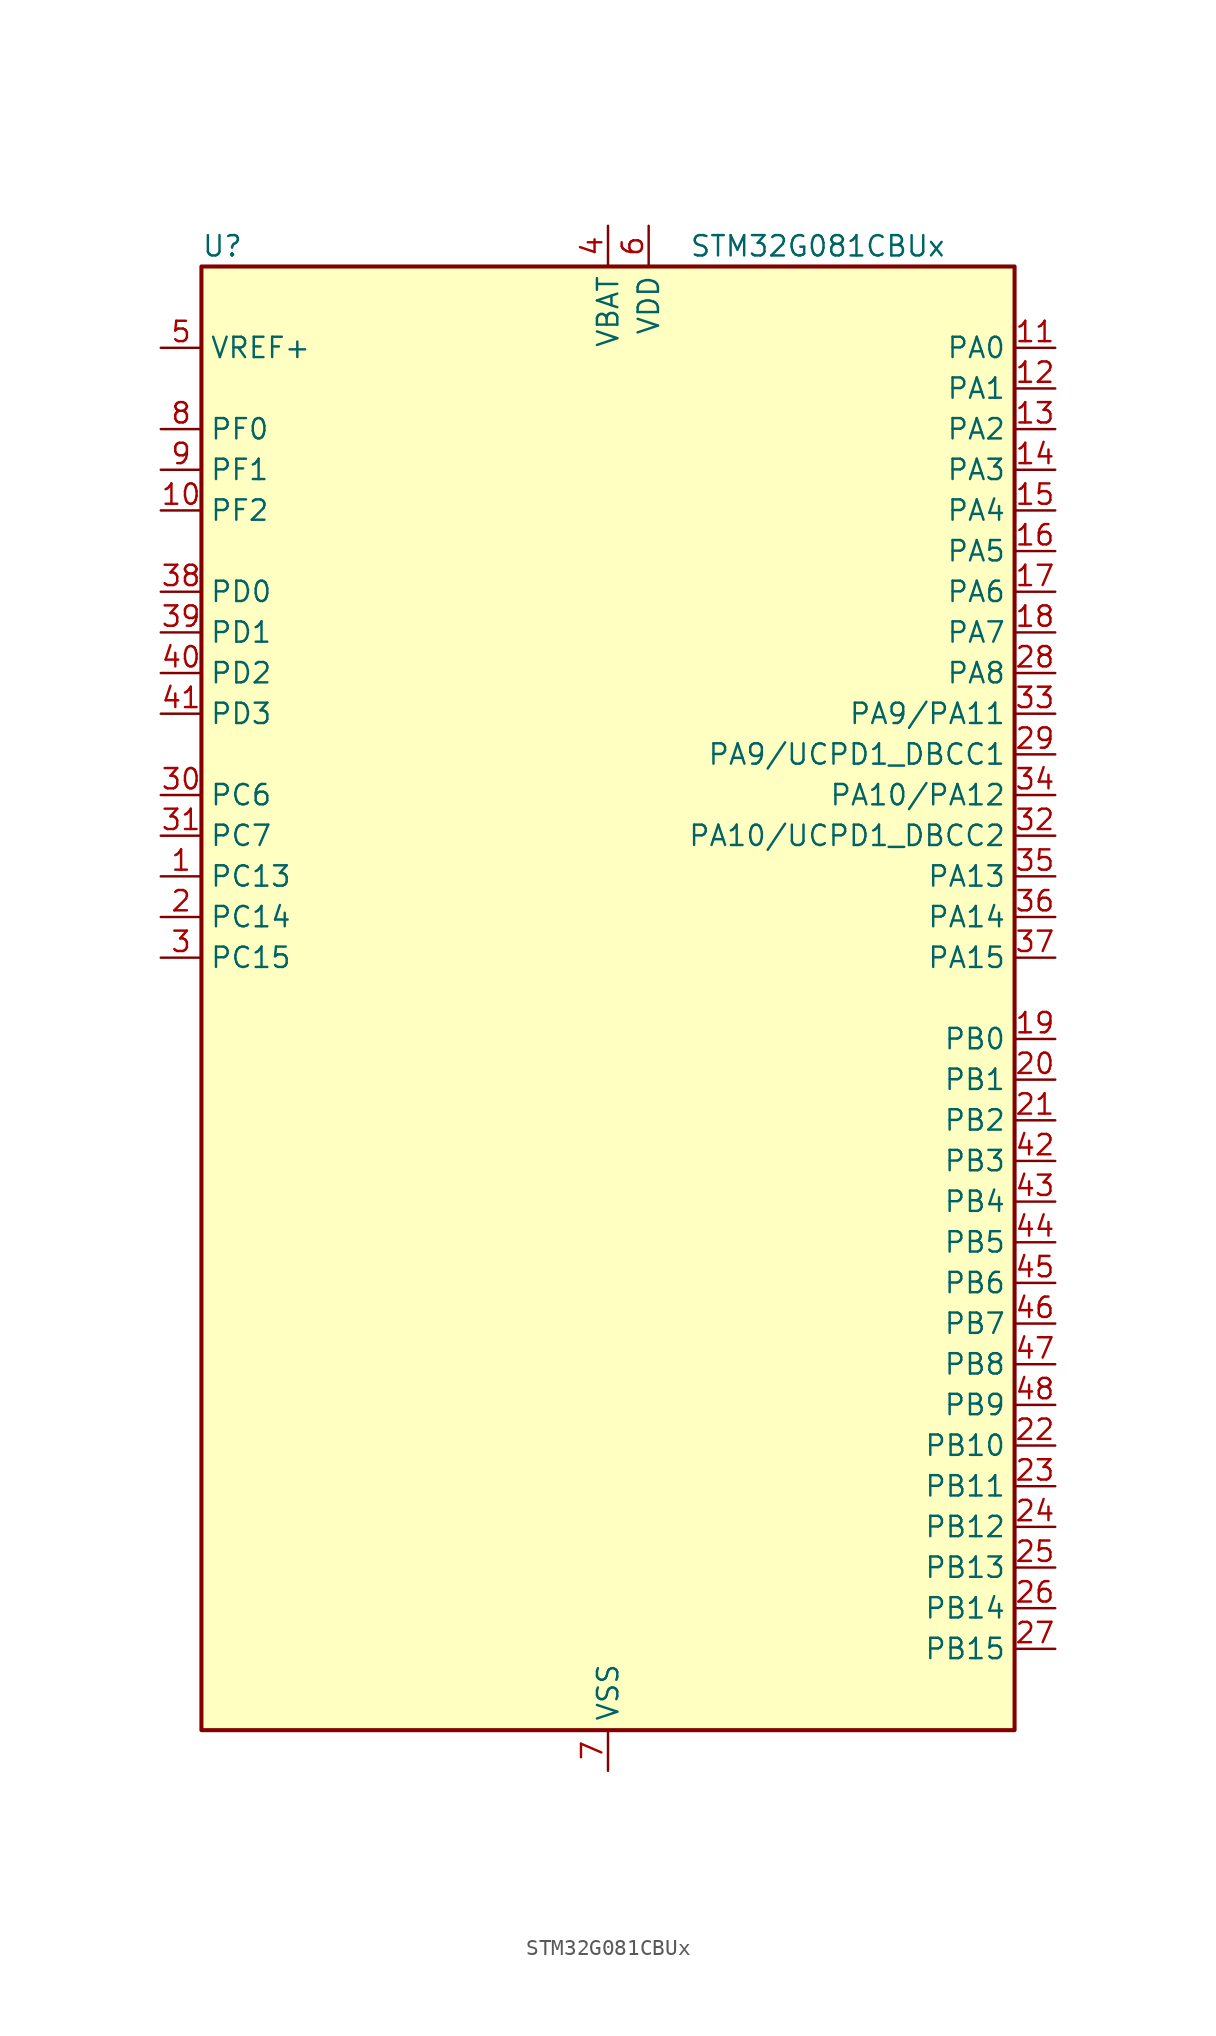
<source format=kicad_sym>
(kicad_symbol_lib
  (version 20241209)
  (generator "kicad_symbol_editor")
  (generator_version "9.0")
  (symbol "STM32G081CBUx"
    (property "Reference" "U"
      (at -25.4 46.99 0)
      (effects (font (size 1.27 1.27)) (justify left)))
    (property "Value" "STM32G081CBUx"
      (at 5.08 46.99 0)
      (effects (font (size 1.27 1.27)) (justify left)))
    (symbol "STM32G081CBUx_0_1"
      (rectangle (start -25.4 -45.72) (end 25.4 45.72) (stroke (width 0.254) (type default)) (fill (type background))))
    (symbol "STM32G081CBUx_1_1"
      (pin input line (at -27.94 40.64 0) (length 2.54) (name "VREF+" (effects (font (size 1.27 1.27)))) (number "5" (effects (font (size 1.27 1.27)))) (alternate "VREFBUF_OUT" bidirectional line))
      (pin bidirectional line (at -27.94 35.56 0) (length 2.54) (name "PF0" (effects (font (size 1.27 1.27)))) (number "8" (effects (font (size 1.27 1.27)))) (alternate "RCC_OSC_IN" bidirectional line) (alternate "TIM14_CH1" bidirectional line))
      (pin bidirectional line (at -27.94 33.02 0) (length 2.54) (name "PF1" (effects (font (size 1.27 1.27)))) (number "9" (effects (font (size 1.27 1.27)))) (alternate "RCC_OSC_EN" bidirectional line) (alternate "RCC_OSC_OUT" bidirectional line) (alternate "TIM15_CH1N" bidirectional line))
      (pin bidirectional line (at -27.94 30.48 0) (length 2.54) (name "PF2" (effects (font (size 1.27 1.27)))) (number "10" (effects (font (size 1.27 1.27)))) (alternate "RCC_MCO" bidirectional line))
      (pin bidirectional line (at -27.94 25.4 0) (length 2.54) (name "PD0" (effects (font (size 1.27 1.27)))) (number "38" (effects (font (size 1.27 1.27)))) (alternate "SPI2_NSS" bidirectional line) (alternate "TIM16_CH1" bidirectional line) (alternate "UCPD2_CC1" bidirectional line))
      (pin bidirectional line (at -27.94 22.86 0) (length 2.54) (name "PD1" (effects (font (size 1.27 1.27)))) (number "39" (effects (font (size 1.27 1.27)))) (alternate "SPI2_SCK" bidirectional line) (alternate "TIM17_CH1" bidirectional line) (alternate "UCPD2_DBCC1" bidirectional line))
      (pin bidirectional line (at -27.94 20.32 0) (length 2.54) (name "PD2" (effects (font (size 1.27 1.27)))) (number "40" (effects (font (size 1.27 1.27)))) (alternate "TIM1_CH1N" bidirectional line) (alternate "TIM3_ETR" bidirectional line) (alternate "UCPD2_CC2" bidirectional line) (alternate "USART3_CK" bidirectional line) (alternate "USART3_DE" bidirectional line) (alternate "USART3_RTS" bidirectional line))
      (pin bidirectional line (at -27.94 17.78 0) (length 2.54) (name "PD3" (effects (font (size 1.27 1.27)))) (number "41" (effects (font (size 1.27 1.27)))) (alternate "SPI2_MISO" bidirectional line) (alternate "TIM1_CH2N" bidirectional line) (alternate "UCPD2_DBCC2" bidirectional line) (alternate "USART2_CTS" bidirectional line) (alternate "USART2_NSS" bidirectional line))
      (pin bidirectional line (at -27.94 12.7 0) (length 2.54) (name "PC6" (effects (font (size 1.27 1.27)))) (number "30" (effects (font (size 1.27 1.27)))) (alternate "TIM2_CH3" bidirectional line) (alternate "TIM3_CH1" bidirectional line) (alternate "UCPD1_FRSTX1" bidirectional line) (alternate "UCPD1_FRSTX2" bidirectional line))
      (pin bidirectional line (at -27.94 10.16 0) (length 2.54) (name "PC7" (effects (font (size 1.27 1.27)))) (number "31" (effects (font (size 1.27 1.27)))) (alternate "TIM2_CH4" bidirectional line) (alternate "TIM3_CH2" bidirectional line) (alternate "UCPD2_FRSTX1" bidirectional line) (alternate "UCPD2_FRSTX2" bidirectional line))
      (pin bidirectional line (at -27.94 7.62 0) (length 2.54) (name "PC13" (effects (font (size 1.27 1.27)))) (number "1" (effects (font (size 1.27 1.27)))) (alternate "RTC_OUT_ALARM" bidirectional line) (alternate "RTC_OUT_CALIB" bidirectional line) (alternate "RTC_TAMP_IN1" bidirectional line) (alternate "RTC_TS" bidirectional line) (alternate "SYS_WKUP2" bidirectional line) (alternate "TIM1_BK" bidirectional line))
      (pin bidirectional line (at -27.94 5.08 0) (length 2.54) (name "PC14" (effects (font (size 1.27 1.27)))) (number "2" (effects (font (size 1.27 1.27)))) (alternate "RCC_OSC32_IN" bidirectional line) (alternate "TIM1_BK2" bidirectional line))
      (pin bidirectional line (at -27.94 2.54 0) (length 2.54) (name "PC15" (effects (font (size 1.27 1.27)))) (number "3" (effects (font (size 1.27 1.27)))) (alternate "RCC_OSC32_EN" bidirectional line) (alternate "RCC_OSC32_OUT" bidirectional line) (alternate "RCC_OSC_EN" bidirectional line) (alternate "TIM15_BK" bidirectional line))
      (pin power_in line (at 0 48.26 270) (length 2.54) (name "VBAT" (effects (font (size 1.27 1.27)))) (number "4" (effects (font (size 1.27 1.27)))))
      (pin passive line (at 0 -48.26 90) (length 2.54) (hide yes) (name "VSS" (effects (font (size 1.27 1.27)))) (number "49" (effects (font (size 1.27 1.27)))))
      (pin power_in line (at 0 -48.26 90) (length 2.54) (name "VSS" (effects (font (size 1.27 1.27)))) (number "7" (effects (font (size 1.27 1.27)))))
      (pin power_in line (at 2.54 48.26 270) (length 2.54) (name "VDD" (effects (font (size 1.27 1.27)))) (number "6" (effects (font (size 1.27 1.27)))))
      (pin bidirectional line (at 27.94 40.64 180) (length 2.54) (name "PA0" (effects (font (size 1.27 1.27)))) (number "11" (effects (font (size 1.27 1.27)))) (alternate "ADC1_IN0" bidirectional line) (alternate "COMP1_INM" bidirectional line) (alternate "COMP1_OUT" bidirectional line) (alternate "LPTIM1_OUT" bidirectional line) (alternate "RTC_TAMP_IN2" bidirectional line) (alternate "SPI2_SCK" bidirectional line) (alternate "SYS_WKUP1" bidirectional line) (alternate "TIM2_CH1" bidirectional line) (alternate "TIM2_ETR" bidirectional line) (alternate "UCPD2_FRSTX1" bidirectional line) (alternate "UCPD2_FRSTX2" bidirectional line) (alternate "USART2_CTS" bidirectional line) (alternate "USART2_NSS" bidirectional line) (alternate "USART4_TX" bidirectional line))
      (pin bidirectional line (at 27.94 38.1 180) (length 2.54) (name "PA1" (effects (font (size 1.27 1.27)))) (number "12" (effects (font (size 1.27 1.27)))) (alternate "ADC1_IN1" bidirectional line) (alternate "COMP1_INP" bidirectional line) (alternate "I2C1_SMBA" bidirectional line) (alternate "I2S1_CK" bidirectional line) (alternate "SPI1_SCK" bidirectional line) (alternate "TIM15_CH1N" bidirectional line) (alternate "TIM2_CH2" bidirectional line) (alternate "USART2_CK" bidirectional line) (alternate "USART2_DE" bidirectional line) (alternate "USART2_RTS" bidirectional line) (alternate "USART4_RX" bidirectional line))
      (pin bidirectional line (at 27.94 35.56 180) (length 2.54) (name "PA2" (effects (font (size 1.27 1.27)))) (number "13" (effects (font (size 1.27 1.27)))) (alternate "ADC1_IN2" bidirectional line) (alternate "COMP2_INM" bidirectional line) (alternate "COMP2_OUT" bidirectional line) (alternate "I2S1_SD" bidirectional line) (alternate "LPUART1_TX" bidirectional line) (alternate "RCC_LSCO" bidirectional line) (alternate "SPI1_MOSI" bidirectional line) (alternate "SYS_WKUP4" bidirectional line) (alternate "TIM15_CH1" bidirectional line) (alternate "TIM2_CH3" bidirectional line) (alternate "UCPD1_FRSTX1" bidirectional line) (alternate "UCPD1_FRSTX2" bidirectional line) (alternate "USART2_TX" bidirectional line))
      (pin bidirectional line (at 27.94 33.02 180) (length 2.54) (name "PA3" (effects (font (size 1.27 1.27)))) (number "14" (effects (font (size 1.27 1.27)))) (alternate "ADC1_IN3" bidirectional line) (alternate "COMP2_INP" bidirectional line) (alternate "LPUART1_RX" bidirectional line) (alternate "SPI2_MISO" bidirectional line) (alternate "TIM15_CH2" bidirectional line) (alternate "TIM2_CH4" bidirectional line) (alternate "UCPD2_FRSTX1" bidirectional line) (alternate "UCPD2_FRSTX2" bidirectional line) (alternate "USART2_RX" bidirectional line))
      (pin bidirectional line (at 27.94 30.48 180) (length 2.54) (name "PA4" (effects (font (size 1.27 1.27)))) (number "15" (effects (font (size 1.27 1.27)))) (alternate "ADC1_IN4" bidirectional line) (alternate "DAC1_OUT1" bidirectional line) (alternate "I2S1_WS" bidirectional line) (alternate "LPTIM2_OUT" bidirectional line) (alternate "RTC_OUT_ALARM" bidirectional line) (alternate "RTC_OUT_CALIB" bidirectional line) (alternate "SPI1_NSS" bidirectional line) (alternate "SPI2_MOSI" bidirectional line) (alternate "TIM14_CH1" bidirectional line) (alternate "UCPD2_FRSTX1" bidirectional line) (alternate "UCPD2_FRSTX2" bidirectional line))
      (pin bidirectional line (at 27.94 27.94 180) (length 2.54) (name "PA5" (effects (font (size 1.27 1.27)))) (number "16" (effects (font (size 1.27 1.27)))) (alternate "ADC1_IN5" bidirectional line) (alternate "CEC" bidirectional line) (alternate "DAC1_OUT2" bidirectional line) (alternate "I2S1_CK" bidirectional line) (alternate "LPTIM2_ETR" bidirectional line) (alternate "SPI1_SCK" bidirectional line) (alternate "TIM2_CH1" bidirectional line) (alternate "TIM2_ETR" bidirectional line) (alternate "UCPD1_FRSTX1" bidirectional line) (alternate "UCPD1_FRSTX2" bidirectional line) (alternate "USART3_TX" bidirectional line))
      (pin bidirectional line (at 27.94 25.4 180) (length 2.54) (name "PA6" (effects (font (size 1.27 1.27)))) (number "17" (effects (font (size 1.27 1.27)))) (alternate "ADC1_IN6" bidirectional line) (alternate "COMP1_OUT" bidirectional line) (alternate "I2S1_MCK" bidirectional line) (alternate "LPUART1_CTS" bidirectional line) (alternate "SPI1_MISO" bidirectional line) (alternate "TIM16_CH1" bidirectional line) (alternate "TIM1_BK" bidirectional line) (alternate "TIM3_CH1" bidirectional line) (alternate "USART3_CTS" bidirectional line) (alternate "USART3_NSS" bidirectional line))
      (pin bidirectional line (at 27.94 22.86 180) (length 2.54) (name "PA7" (effects (font (size 1.27 1.27)))) (number "18" (effects (font (size 1.27 1.27)))) (alternate "ADC1_IN7" bidirectional line) (alternate "COMP2_OUT" bidirectional line) (alternate "I2S1_SD" bidirectional line) (alternate "SPI1_MOSI" bidirectional line) (alternate "TIM14_CH1" bidirectional line) (alternate "TIM17_CH1" bidirectional line) (alternate "TIM1_CH1N" bidirectional line) (alternate "TIM3_CH2" bidirectional line) (alternate "UCPD1_FRSTX1" bidirectional line) (alternate "UCPD1_FRSTX2" bidirectional line))
      (pin bidirectional line (at 27.94 20.32 180) (length 2.54) (name "PA8" (effects (font (size 1.27 1.27)))) (number "28" (effects (font (size 1.27 1.27)))) (alternate "LPTIM2_OUT" bidirectional line) (alternate "RCC_MCO" bidirectional line) (alternate "SPI2_NSS" bidirectional line) (alternate "TIM1_CH1" bidirectional line) (alternate "UCPD1_CC1" bidirectional line))
      (pin bidirectional line (at 27.94 17.78 180) (length 2.54) (name "PA9/PA11" (effects (font (size 1.27 1.27)))) (number "33" (effects (font (size 1.27 1.27)))) (alternate "ADC1_EXTI11 (PA11)" bidirectional line) (alternate "COMP1_OUT (PA11)" bidirectional line) (alternate "DAC1_EXTI9 (PA9)" bidirectional line) (alternate "I2C1_SCL (PA9)" bidirectional line) (alternate "I2C2_SCL (PA11)" bidirectional line) (alternate "I2S1_MCK (PA11)" bidirectional line) (alternate "PA11" bidirectional line) (alternate "PA9" bidirectional line) (alternate "RCC_MCO (PA9)" bidirectional line) (alternate "SPI1_MISO (PA11)" bidirectional line) (alternate "SPI2_MISO (PA9)" bidirectional line) (alternate "TIM15_BK (PA9)" bidirectional line) (alternate "TIM1_BK2 (PA11)" bidirectional line) (alternate "TIM1_CH2 (PA9)" bidirectional line) (alternate "TIM1_CH4 (PA11)" bidirectional line) (alternate "USART1_CTS (PA11)" bidirectional line) (alternate "USART1_NSS (PA11)" bidirectional line) (alternate "USART1_TX (PA9)" bidirectional line))
      (pin bidirectional line (at 27.94 15.24 180) (length 2.54) (name "PA9/UCPD1_DBCC1" (effects (font (size 1.27 1.27)))) (number "29" (effects (font (size 1.27 1.27)))) (alternate "DAC1_EXTI9 (PA9)" bidirectional line) (alternate "I2C1_SCL (PA9)" bidirectional line) (alternate "PA9" bidirectional line) (alternate "RCC_MCO (PA9)" bidirectional line) (alternate "SPI2_MISO (PA9)" bidirectional line) (alternate "TIM15_BK (PA9)" bidirectional line) (alternate "TIM1_CH2 (PA9)" bidirectional line) (alternate "UCPD1_DBCC1" bidirectional line) (alternate "UCPD1_DBCC1 (PA9)" bidirectional line) (alternate "UCPD1_DBCC1 (UCPD1_DBCC1)" bidirectional line) (alternate "USART1_TX (PA9)" bidirectional line))
      (pin bidirectional line (at 27.94 12.7 180) (length 2.54) (name "PA10/PA12" (effects (font (size 1.27 1.27)))) (number "34" (effects (font (size 1.27 1.27)))) (alternate "COMP2_OUT (PA12)" bidirectional line) (alternate "I2C1_SDA (PA10)" bidirectional line) (alternate "I2C2_SDA (PA12)" bidirectional line) (alternate "I2S1_SD (PA12)" bidirectional line) (alternate "I2S_CKIN (PA12)" bidirectional line) (alternate "PA10" bidirectional line) (alternate "PA12" bidirectional line) (alternate "SPI1_MOSI (PA12)" bidirectional line) (alternate "SPI2_MOSI (PA10)" bidirectional line) (alternate "TIM17_BK (PA10)" bidirectional line) (alternate "TIM1_CH3 (PA10)" bidirectional line) (alternate "TIM1_ETR (PA12)" bidirectional line) (alternate "USART1_CK (PA12)" bidirectional line) (alternate "USART1_DE (PA12)" bidirectional line) (alternate "USART1_RTS (PA12)" bidirectional line) (alternate "USART1_RX (PA10)" bidirectional line))
      (pin bidirectional line (at 27.94 10.16 180) (length 2.54) (name "PA10/UCPD1_DBCC2" (effects (font (size 1.27 1.27)))) (number "32" (effects (font (size 1.27 1.27)))) (alternate "I2C1_SDA (PA10)" bidirectional line) (alternate "PA10" bidirectional line) (alternate "SPI2_MOSI (PA10)" bidirectional line) (alternate "TIM17_BK (PA10)" bidirectional line) (alternate "TIM1_CH3 (PA10)" bidirectional line) (alternate "UCPD1_DBCC2" bidirectional line) (alternate "UCPD1_DBCC2 (PA10)" bidirectional line) (alternate "UCPD1_DBCC2 (UCPD1_DBCC2)" bidirectional line) (alternate "USART1_RX (PA10)" bidirectional line))
      (pin bidirectional line (at 27.94 7.62 180) (length 2.54) (name "PA13" (effects (font (size 1.27 1.27)))) (number "35" (effects (font (size 1.27 1.27)))) (alternate "IR_OUT" bidirectional line) (alternate "SYS_SWDIO" bidirectional line))
      (pin bidirectional line (at 27.94 5.08 180) (length 2.54) (name "PA14" (effects (font (size 1.27 1.27)))) (number "36" (effects (font (size 1.27 1.27)))) (alternate "SYS_SWCLK" bidirectional line) (alternate "USART2_TX" bidirectional line))
      (pin bidirectional line (at 27.94 2.54 180) (length 2.54) (name "PA15" (effects (font (size 1.27 1.27)))) (number "37" (effects (font (size 1.27 1.27)))) (alternate "I2S1_WS" bidirectional line) (alternate "SPI1_NSS" bidirectional line) (alternate "TIM2_CH1" bidirectional line) (alternate "TIM2_ETR" bidirectional line) (alternate "USART2_RX" bidirectional line) (alternate "USART3_CK" bidirectional line) (alternate "USART3_DE" bidirectional line) (alternate "USART3_RTS" bidirectional line) (alternate "USART4_CK" bidirectional line) (alternate "USART4_DE" bidirectional line) (alternate "USART4_RTS" bidirectional line))
      (pin bidirectional line (at 27.94 -2.54 180) (length 2.54) (name "PB0" (effects (font (size 1.27 1.27)))) (number "19" (effects (font (size 1.27 1.27)))) (alternate "ADC1_IN8" bidirectional line) (alternate "COMP1_OUT" bidirectional line) (alternate "I2S1_WS" bidirectional line) (alternate "LPTIM1_OUT" bidirectional line) (alternate "SPI1_NSS" bidirectional line) (alternate "TIM1_CH2N" bidirectional line) (alternate "TIM3_CH3" bidirectional line) (alternate "UCPD1_FRSTX1" bidirectional line) (alternate "UCPD1_FRSTX2" bidirectional line) (alternate "USART3_RX" bidirectional line))
      (pin bidirectional line (at 27.94 -5.08 180) (length 2.54) (name "PB1" (effects (font (size 1.27 1.27)))) (number "20" (effects (font (size 1.27 1.27)))) (alternate "ADC1_IN9" bidirectional line) (alternate "COMP1_INM" bidirectional line) (alternate "LPTIM2_IN1" bidirectional line) (alternate "LPUART1_DE" bidirectional line) (alternate "LPUART1_RTS" bidirectional line) (alternate "TIM14_CH1" bidirectional line) (alternate "TIM1_CH3N" bidirectional line) (alternate "TIM3_CH4" bidirectional line) (alternate "USART3_CK" bidirectional line) (alternate "USART3_DE" bidirectional line) (alternate "USART3_RTS" bidirectional line))
      (pin bidirectional line (at 27.94 -7.62 180) (length 2.54) (name "PB2" (effects (font (size 1.27 1.27)))) (number "21" (effects (font (size 1.27 1.27)))) (alternate "ADC1_IN10" bidirectional line) (alternate "COMP1_INP" bidirectional line) (alternate "LPTIM1_OUT" bidirectional line) (alternate "SPI2_MISO" bidirectional line) (alternate "USART3_TX" bidirectional line))
      (pin bidirectional line (at 27.94 -10.16 180) (length 2.54) (name "PB3" (effects (font (size 1.27 1.27)))) (number "42" (effects (font (size 1.27 1.27)))) (alternate "COMP2_INM" bidirectional line) (alternate "I2S1_CK" bidirectional line) (alternate "SPI1_SCK" bidirectional line) (alternate "TIM1_CH2" bidirectional line) (alternate "TIM2_CH2" bidirectional line) (alternate "USART1_CK" bidirectional line) (alternate "USART1_DE" bidirectional line) (alternate "USART1_RTS" bidirectional line))
      (pin bidirectional line (at 27.94 -12.7 180) (length 2.54) (name "PB4" (effects (font (size 1.27 1.27)))) (number "43" (effects (font (size 1.27 1.27)))) (alternate "COMP2_INP" bidirectional line) (alternate "I2S1_MCK" bidirectional line) (alternate "SPI1_MISO" bidirectional line) (alternate "TIM17_BK" bidirectional line) (alternate "TIM3_CH1" bidirectional line) (alternate "USART1_CTS" bidirectional line) (alternate "USART1_NSS" bidirectional line))
      (pin bidirectional line (at 27.94 -15.24 180) (length 2.54) (name "PB5" (effects (font (size 1.27 1.27)))) (number "44" (effects (font (size 1.27 1.27)))) (alternate "COMP2_OUT" bidirectional line) (alternate "I2C1_SMBA" bidirectional line) (alternate "I2S1_SD" bidirectional line) (alternate "LPTIM1_IN1" bidirectional line) (alternate "SPI1_MOSI" bidirectional line) (alternate "SYS_WKUP6" bidirectional line) (alternate "TIM16_BK" bidirectional line) (alternate "TIM3_CH2" bidirectional line))
      (pin bidirectional line (at 27.94 -17.78 180) (length 2.54) (name "PB6" (effects (font (size 1.27 1.27)))) (number "45" (effects (font (size 1.27 1.27)))) (alternate "COMP2_INP" bidirectional line) (alternate "I2C1_SCL" bidirectional line) (alternate "LPTIM1_ETR" bidirectional line) (alternate "SPI2_MISO" bidirectional line) (alternate "TIM16_CH1N" bidirectional line) (alternate "TIM1_CH3" bidirectional line) (alternate "USART1_TX" bidirectional line))
      (pin bidirectional line (at 27.94 -20.32 180) (length 2.54) (name "PB7" (effects (font (size 1.27 1.27)))) (number "46" (effects (font (size 1.27 1.27)))) (alternate "COMP2_INM" bidirectional line) (alternate "I2C1_SDA" bidirectional line) (alternate "LPTIM1_IN2" bidirectional line) (alternate "SPI2_MOSI" bidirectional line) (alternate "SYS_PVD_IN" bidirectional line) (alternate "TIM17_CH1N" bidirectional line) (alternate "USART1_RX" bidirectional line) (alternate "USART4_CTS" bidirectional line) (alternate "USART4_NSS" bidirectional line))
      (pin bidirectional line (at 27.94 -22.86 180) (length 2.54) (name "PB8" (effects (font (size 1.27 1.27)))) (number "47" (effects (font (size 1.27 1.27)))) (alternate "CEC" bidirectional line) (alternate "I2C1_SCL" bidirectional line) (alternate "SPI2_SCK" bidirectional line) (alternate "TIM15_BK" bidirectional line) (alternate "TIM16_CH1" bidirectional line) (alternate "USART3_TX" bidirectional line))
      (pin bidirectional line (at 27.94 -25.4 180) (length 2.54) (name "PB9" (effects (font (size 1.27 1.27)))) (number "48" (effects (font (size 1.27 1.27)))) (alternate "DAC1_EXTI9" bidirectional line) (alternate "I2C1_SDA" bidirectional line) (alternate "IR_OUT" bidirectional line) (alternate "SPI2_NSS" bidirectional line) (alternate "TIM17_CH1" bidirectional line) (alternate "UCPD2_FRSTX1" bidirectional line) (alternate "UCPD2_FRSTX2" bidirectional line) (alternate "USART3_RX" bidirectional line))
      (pin bidirectional line (at 27.94 -27.94 180) (length 2.54) (name "PB10" (effects (font (size 1.27 1.27)))) (number "22" (effects (font (size 1.27 1.27)))) (alternate "ADC1_IN11" bidirectional line) (alternate "CEC" bidirectional line) (alternate "COMP1_OUT" bidirectional line) (alternate "I2C2_SCL" bidirectional line) (alternate "LPUART1_RX" bidirectional line) (alternate "SPI2_SCK" bidirectional line) (alternate "TIM2_CH3" bidirectional line) (alternate "USART3_TX" bidirectional line))
      (pin bidirectional line (at 27.94 -30.48 180) (length 2.54) (name "PB11" (effects (font (size 1.27 1.27)))) (number "23" (effects (font (size 1.27 1.27)))) (alternate "ADC1_EXTI11" bidirectional line) (alternate "ADC1_IN15" bidirectional line) (alternate "COMP2_OUT" bidirectional line) (alternate "I2C2_SDA" bidirectional line) (alternate "LPUART1_TX" bidirectional line) (alternate "SPI2_MOSI" bidirectional line) (alternate "TIM2_CH4" bidirectional line) (alternate "USART3_RX" bidirectional line))
      (pin bidirectional line (at 27.94 -33.02 180) (length 2.54) (name "PB12" (effects (font (size 1.27 1.27)))) (number "24" (effects (font (size 1.27 1.27)))) (alternate "ADC1_IN16" bidirectional line) (alternate "LPUART1_DE" bidirectional line) (alternate "LPUART1_RTS" bidirectional line) (alternate "SPI2_NSS" bidirectional line) (alternate "TIM15_BK" bidirectional line) (alternate "TIM1_BK" bidirectional line) (alternate "UCPD2_FRSTX1" bidirectional line) (alternate "UCPD2_FRSTX2" bidirectional line))
      (pin bidirectional line (at 27.94 -35.56 180) (length 2.54) (name "PB13" (effects (font (size 1.27 1.27)))) (number "25" (effects (font (size 1.27 1.27)))) (alternate "I2C2_SCL" bidirectional line) (alternate "LPUART1_CTS" bidirectional line) (alternate "SPI2_SCK" bidirectional line) (alternate "TIM15_CH1N" bidirectional line) (alternate "TIM1_CH1N" bidirectional line) (alternate "USART3_CTS" bidirectional line) (alternate "USART3_NSS" bidirectional line))
      (pin bidirectional line (at 27.94 -38.1 180) (length 2.54) (name "PB14" (effects (font (size 1.27 1.27)))) (number "26" (effects (font (size 1.27 1.27)))) (alternate "I2C2_SDA" bidirectional line) (alternate "SPI2_MISO" bidirectional line) (alternate "TIM15_CH1" bidirectional line) (alternate "TIM1_CH2N" bidirectional line) (alternate "UCPD1_FRSTX1" bidirectional line) (alternate "UCPD1_FRSTX2" bidirectional line) (alternate "USART3_CK" bidirectional line) (alternate "USART3_DE" bidirectional line) (alternate "USART3_RTS" bidirectional line))
      (pin bidirectional line (at 27.94 -40.64 180) (length 2.54) (name "PB15" (effects (font (size 1.27 1.27)))) (number "27" (effects (font (size 1.27 1.27)))) (alternate "RTC_REFIN" bidirectional line) (alternate "SPI2_MOSI" bidirectional line) (alternate "TIM15_CH1N" bidirectional line) (alternate "TIM15_CH2" bidirectional line) (alternate "TIM1_CH3N" bidirectional line) (alternate "UCPD1_CC2" bidirectional line)))))
</source>
